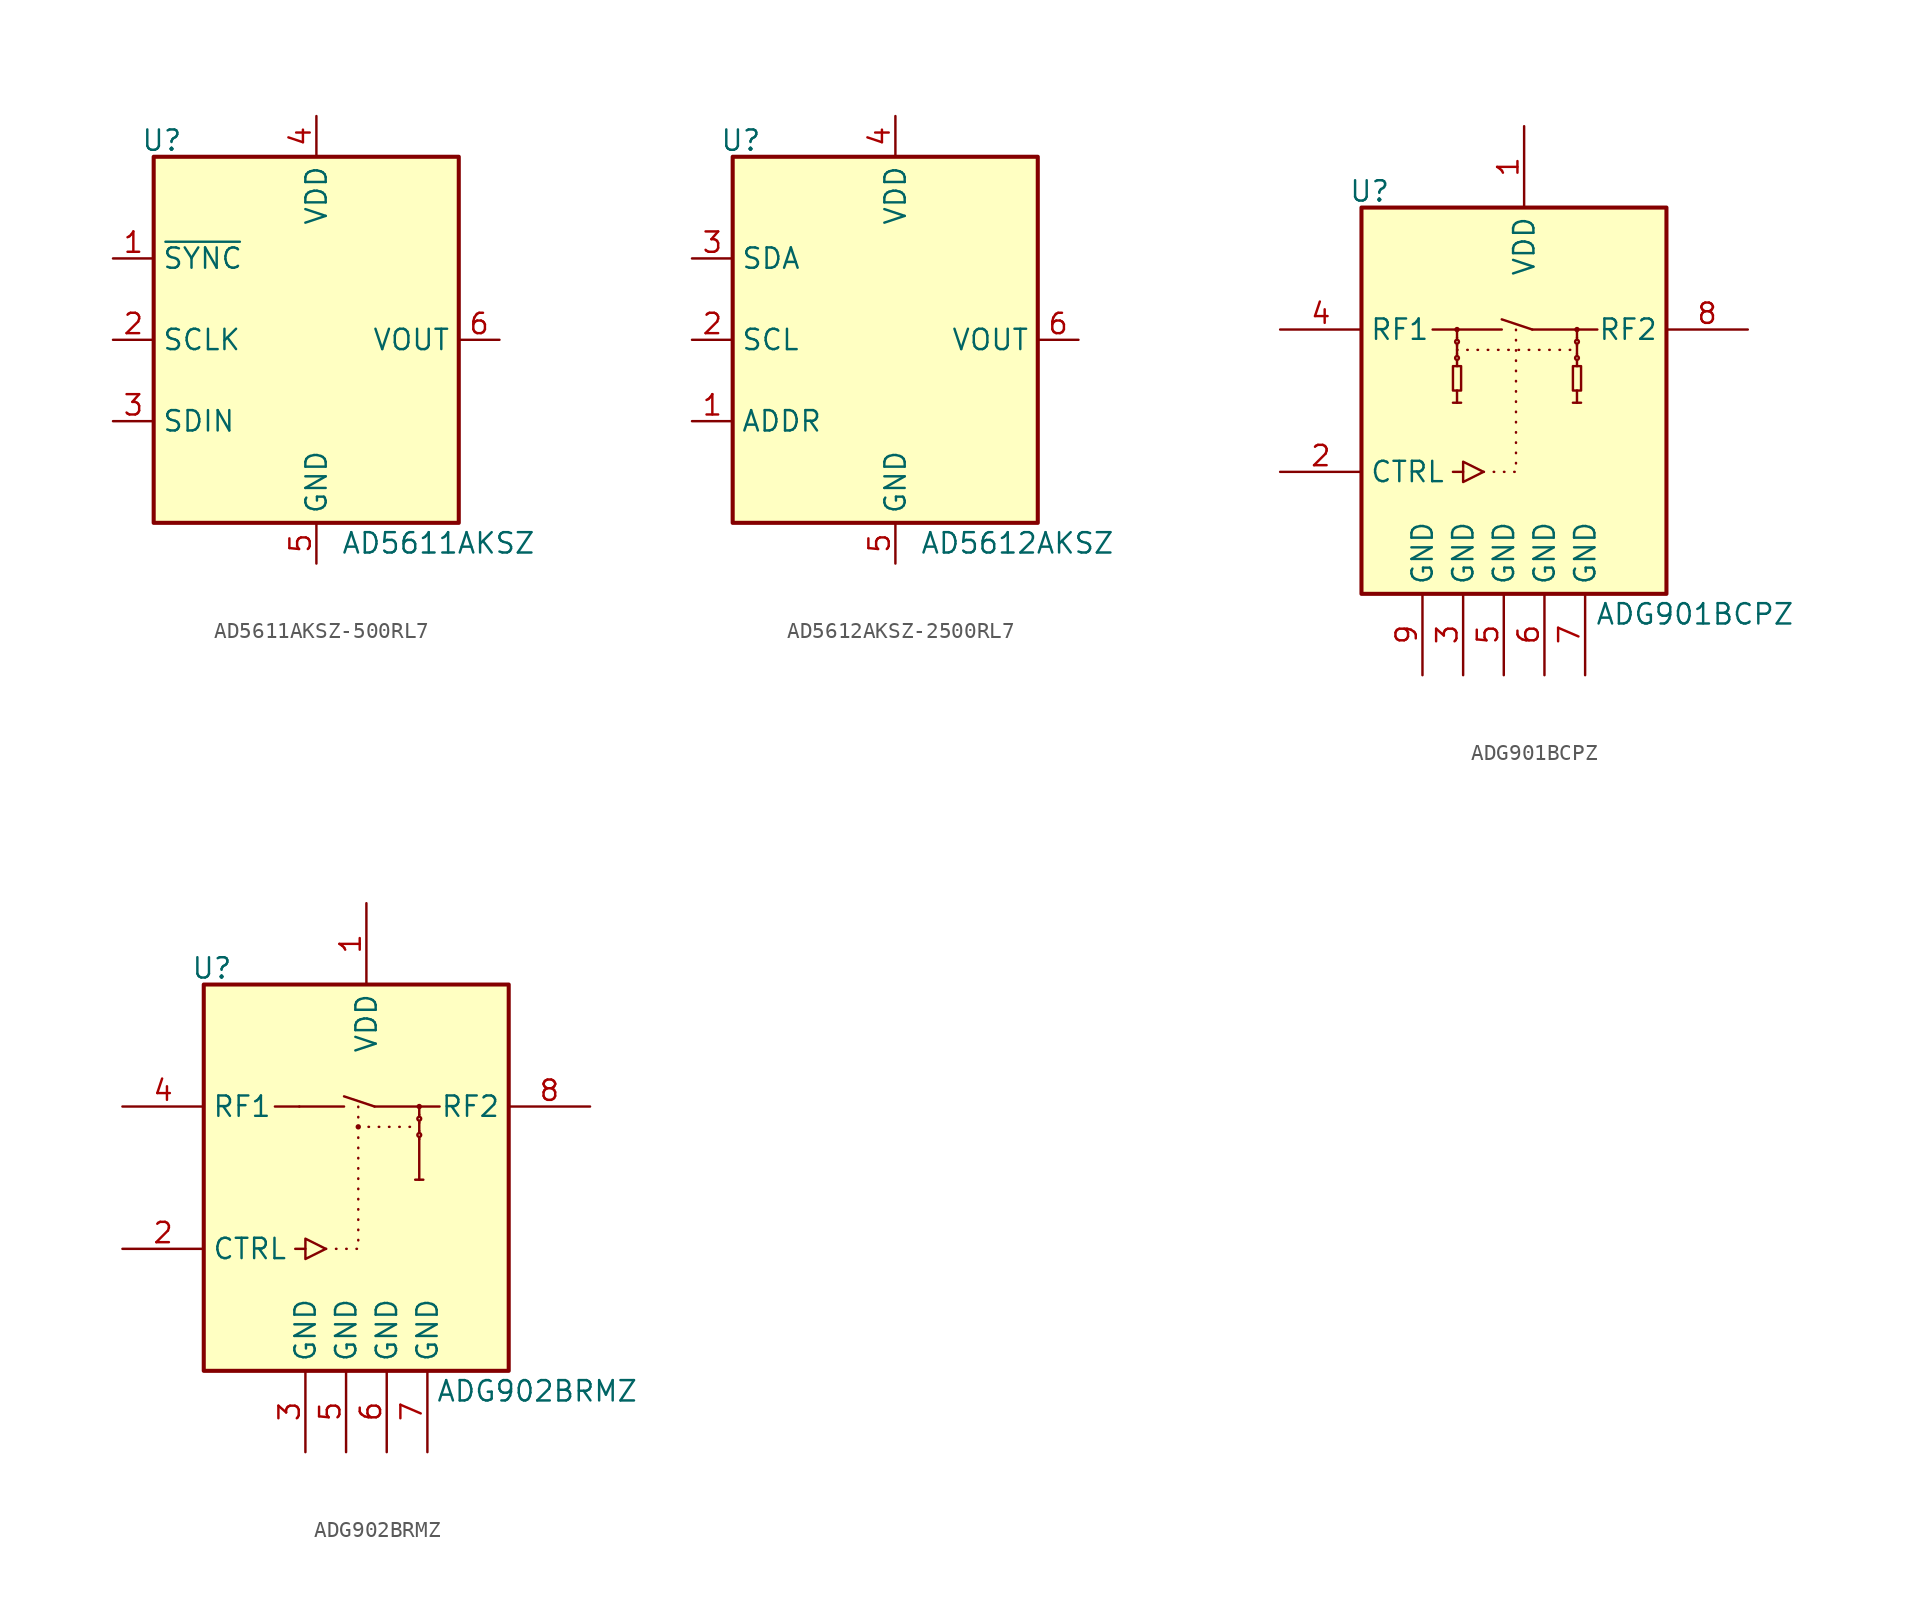
<source format=kicad_sym>
(kicad_symbol_lib
  (version 20241209)
  (generator "kicad_symbol_editor")
  (generator_version "9.0")
  (symbol "AD5611AKSZ-500RL7"
    (property "Reference" "U"
      (at -9.652 12.446 0)
      (effects (font (size 1.27 1.27))))
    (property "Value" "AD5611AKSZ"
      (at 7.62 -12.7 0)
      (effects (font (size 1.27 1.27))))
    (symbol "AD5611AKSZ-500RL7_1_1"
      (rectangle (start -10.16 11.43) (end 8.89 -11.43) (stroke (width 0.254) (type solid)) (fill (type background)))
      (pin input line (at -12.7 5.08 0) (length 2.54) (name "~{SYNC}" (effects (font (size 1.27 1.27)))) (number "1" (effects (font (size 1.27 1.27)))))
      (pin input line (at -12.7 0 0) (length 2.54) (name "SCLK" (effects (font (size 1.27 1.27)))) (number "2" (effects (font (size 1.27 1.27)))))
      (pin input line (at -12.7 -5.08 0) (length 2.54) (name "SDIN" (effects (font (size 1.27 1.27)))) (number "3" (effects (font (size 1.27 1.27)))))
      (pin power_in line (at 0 13.97 270) (length 2.54) (name "VDD" (effects (font (size 1.27 1.27)))) (number "4" (effects (font (size 1.27 1.27)))))
      (pin power_in line (at 0 -13.97 90) (length 2.54) (name "GND" (effects (font (size 1.27 1.27)))) (number "5" (effects (font (size 1.27 1.27)))))
      (pin output line (at 11.43 0 180) (length 2.54) (name "VOUT" (effects (font (size 1.27 1.27)))) (number "6" (effects (font (size 1.27 1.27)))))))
  (symbol "AD5612AKSZ-2500RL7"
    (property "Reference" "U"
      (at -9.652 12.446 0)
      (effects (font (size 1.27 1.27))))
    (property "Value" "AD5612AKSZ"
      (at 7.62 -12.7 0)
      (effects (font (size 1.27 1.27))))
    (symbol "AD5612AKSZ-2500RL7_1_1"
      (rectangle (start -10.16 11.43) (end 8.89 -11.43) (stroke (width 0.254) (type solid)) (fill (type background)))
      (pin input line (at -12.7 5.08 0) (length 2.54) (name "SDA" (effects (font (size 1.27 1.27)))) (number "3" (effects (font (size 1.27 1.27)))))
      (pin input line (at -12.7 0 0) (length 2.54) (name "SCL" (effects (font (size 1.27 1.27)))) (number "2" (effects (font (size 1.27 1.27)))))
      (pin input line (at -12.7 -5.08 0) (length 2.54) (name "ADDR" (effects (font (size 1.27 1.27)))) (number "1" (effects (font (size 1.27 1.27)))))
      (pin power_in line (at 0 13.97 270) (length 2.54) (name "VDD" (effects (font (size 1.27 1.27)))) (number "4" (effects (font (size 1.27 1.27)))))
      (pin power_in line (at 0 -13.97 90) (length 2.54) (name "GND" (effects (font (size 1.27 1.27)))) (number "5" (effects (font (size 1.27 1.27)))))
      (pin output line (at 11.43 0 180) (length 2.54) (name "VOUT" (effects (font (size 1.27 1.27)))) (number "6" (effects (font (size 1.27 1.27)))))))
  (symbol "ADG901BCPZ"
    (property "Reference" "U"
      (at -9.652 12.446 0)
      (effects (font (size 1.27 1.27))))
    (property "Value" "ADG901BCPZ"
      (at 10.668 -13.97 0)
      (effects (font (size 1.27 1.27))))
    (symbol "ADG901BCPZ_0_1"
      (rectangle (start -4.445 1.524) (end -3.937 0) (stroke (width 0) (type default)) (fill (type none)))
      (polyline (pts (xy -4.445 -0.762) (xy -3.937 -0.762)) (stroke (width 0) (type default)) (fill (type none)))
      (polyline (pts (xy -4.191 0) (xy -4.191 -0.762)) (stroke (width 0) (type default)) (fill (type none)))
      (rectangle (start 3.048 1.524) (end 3.556 0) (stroke (width 0) (type default)) (fill (type none)))
      (polyline (pts (xy 3.048 -0.762) (xy 3.556 -0.762)) (stroke (width 0) (type default)) (fill (type none)))
      (polyline (pts (xy 3.302 0) (xy 3.302 -0.762)) (stroke (width 0) (type default)) (fill (type none))))
    (symbol "ADG901BCPZ_1_0"
      (pin passive line (at -15.24 3.81 0) (length 5.08) (name "RF1" (effects (font (size 1.27 1.27)))) (number "4" (effects (font (size 1.27 1.27)))))
      (pin passive line (at -15.24 -5.08 0) (length 5.08) (name "CTRL" (effects (font (size 1.27 1.27)))) (number "2" (effects (font (size 1.27 1.27)))))
      (pin power_in line (at -6.35 -17.78 90) (length 5.08) (name "GND" (effects (font (size 1.27 1.27)))) (number "9" (effects (font (size 1.27 1.27)))))
      (pin power_in line (at -3.81 -17.78 90) (length 5.08) (name "GND" (effects (font (size 1.27 1.27)))) (number "3" (effects (font (size 1.27 1.27)))))
      (pin power_in line (at -1.27 -17.78 90) (length 5.08) (name "GND" (effects (font (size 1.27 1.27)))) (number "5" (effects (font (size 1.27 1.27)))))
      (pin power_in line (at 0 16.51 270) (length 5.08) (name "VDD" (effects (font (size 1.27 1.27)))) (number "1" (effects (font (size 1.27 1.27)))))
      (pin power_in line (at 1.27 -17.78 90) (length 5.08) (name "GND" (effects (font (size 1.27 1.27)))) (number "6" (effects (font (size 1.27 1.27)))))
      (pin power_in line (at 3.81 -17.78 90) (length 5.08) (name "GND" (effects (font (size 1.27 1.27)))) (number "7" (effects (font (size 1.27 1.27)))))
      (pin passive line (at 13.97 3.81 180) (length 5.08) (name "RF2" (effects (font (size 1.27 1.27)))) (number "8" (effects (font (size 1.27 1.27))))))
    (symbol "ADG901BCPZ_1_1"
      (rectangle (start -10.16 11.43) (end 8.89 -12.7) (stroke (width 0.254) (type solid)) (fill (type background)))
      (circle (center -4.191 3.81) (radius 0.093) (stroke (width 0) (type solid)) (fill (type outline)))
      (polyline (pts (xy -4.191 3.81) (xy -1.397 3.81)) (stroke (width 0) (type default)) (fill (type none)))
      (polyline (pts (xy -4.191 3.81) (xy -5.461 3.81) (xy -5.715 3.81)) (stroke (width 0) (type default)) (fill (type none)))
      (polyline (pts (xy -4.191 3.302) (xy -4.192 3.191)) (stroke (width 0) (type default)) (fill (type none)))
      (polyline (pts (xy -4.191 3.302) (xy -4.191 3.81)) (stroke (width 0) (type default)) (fill (type none)))
      (circle (center -4.191 3.048) (radius 0.119) (stroke (width 0) (type solid)) (fill (type none)))
      (polyline (pts (xy -4.191 2.794) (xy -4.192 2.892)) (stroke (width 0) (type default)) (fill (type none)))
      (polyline (pts (xy -4.191 2.54) (xy 3.302 2.54)) (stroke (width 0) (type dot)) (fill (type none)))
      (polyline (pts (xy -4.191 2.286) (xy -4.192 2.172)) (stroke (width 0) (type default)) (fill (type none)))
      (polyline (pts (xy -4.191 2.286) (xy -4.191 2.794)) (stroke (width 0) (type default)) (fill (type none)))
      (circle (center -4.191 2.032) (radius 0.119) (stroke (width 0) (type solid)) (fill (type none)))
      (polyline (pts (xy -4.191 1.524) (xy -4.191 1.854)) (stroke (width 0) (type default)) (fill (type none)))
      (polyline (pts (xy -3.81 -4.445) (xy -3.81 -5.715) (xy -2.54 -5.08) (xy -3.81 -4.445)) (stroke (width 0) (type default)) (fill (type none)))
      (polyline (pts (xy -3.81 -5.08) (xy -4.445 -5.08)) (stroke (width 0) (type default)) (fill (type none)))
      (polyline (pts (xy -2.54 -5.08) (xy -0.508 -5.08) (xy -0.508 4.064)) (stroke (width 0) (type dot)) (fill (type none)))
      (polyline (pts (xy -1.397 4.445) (xy 0.508 3.81)) (stroke (width 0) (type default)) (fill (type none)))
      (polyline (pts (xy 0.508 3.81) (xy 4.572 3.81)) (stroke (width 0) (type default)) (fill (type none)))
      (circle (center 3.302 3.81) (radius 0.093) (stroke (width 0) (type solid)) (fill (type outline)))
      (polyline (pts (xy 3.302 3.302) (xy 3.301 3.191)) (stroke (width 0) (type default)) (fill (type none)))
      (polyline (pts (xy 3.302 3.302) (xy 3.302 3.81)) (stroke (width 0) (type default)) (fill (type none)))
      (circle (center 3.302 3.048) (radius 0.119) (stroke (width 0) (type solid)) (fill (type none)))
      (polyline (pts (xy 3.302 2.794) (xy 3.301 2.892)) (stroke (width 0) (type default)) (fill (type none)))
      (polyline (pts (xy 3.302 2.286) (xy 3.301 2.172)) (stroke (width 0) (type default)) (fill (type none)))
      (polyline (pts (xy 3.302 2.286) (xy 3.302 2.794)) (stroke (width 0) (type default)) (fill (type none)))
      (circle (center 3.302 2.032) (radius 0.119) (stroke (width 0) (type solid)) (fill (type none)))
      (polyline (pts (xy 3.302 1.524) (xy 3.302 1.854)) (stroke (width 0) (type default)) (fill (type none)))))
  (symbol "ADG902BRMZ"
    (property "Reference" "U"
      (at -9.652 12.446 0)
      (effects (font (size 1.27 1.27))))
    (property "Value" "ADG902BRMZ"
      (at 10.668 -13.97 0)
      (effects (font (size 1.27 1.27))))
    (symbol "ADG902BRMZ_0_1"
      (polyline (pts (xy 3.048 -0.762) (xy 3.556 -0.762)) (stroke (width 0) (type default)) (fill (type none)))
      (polyline (pts (xy 3.302 1.778) (xy 3.302 -0.762)) (stroke (width 0) (type default)) (fill (type none))))
    (symbol "ADG902BRMZ_1_0"
      (pin passive line (at -15.24 3.81 0) (length 5.08) (name "RF1" (effects (font (size 1.27 1.27)))) (number "4" (effects (font (size 1.27 1.27)))))
      (pin passive line (at -15.24 -5.08 0) (length 5.08) (name "CTRL" (effects (font (size 1.27 1.27)))) (number "2" (effects (font (size 1.27 1.27)))))
      (pin power_in line (at -3.81 -17.78 90) (length 5.08) (name "GND" (effects (font (size 1.27 1.27)))) (number "3" (effects (font (size 1.27 1.27)))))
      (pin power_in line (at -1.27 -17.78 90) (length 5.08) (name "GND" (effects (font (size 1.27 1.27)))) (number "5" (effects (font (size 1.27 1.27)))))
      (pin power_in line (at 0 16.51 270) (length 5.08) (name "VDD" (effects (font (size 1.27 1.27)))) (number "1" (effects (font (size 1.27 1.27)))))
      (pin power_in line (at 1.27 -17.78 90) (length 5.08) (name "GND" (effects (font (size 1.27 1.27)))) (number "6" (effects (font (size 1.27 1.27)))))
      (pin power_in line (at 3.81 -17.78 90) (length 5.08) (name "GND" (effects (font (size 1.27 1.27)))) (number "7" (effects (font (size 1.27 1.27)))))
      (pin passive line (at 13.97 3.81 180) (length 5.08) (name "RF2" (effects (font (size 1.27 1.27)))) (number "8" (effects (font (size 1.27 1.27))))))
    (symbol "ADG902BRMZ_1_1"
      (rectangle (start -10.16 11.43) (end 8.89 -12.7) (stroke (width 0.254) (type solid)) (fill (type background)))
      (polyline (pts (xy -4.191 3.81) (xy -1.397 3.81)) (stroke (width 0) (type default)) (fill (type none)))
      (polyline (pts (xy -4.191 3.81) (xy -5.461 3.81) (xy -5.715 3.81)) (stroke (width 0) (type default)) (fill (type none)))
      (polyline (pts (xy -3.81 -4.445) (xy -3.81 -5.715) (xy -2.54 -5.08) (xy -3.81 -4.445)) (stroke (width 0) (type default)) (fill (type none)))
      (polyline (pts (xy -3.81 -5.08) (xy -4.445 -5.08)) (stroke (width 0) (type default)) (fill (type none)))
      (polyline (pts (xy -2.54 -5.08) (xy -0.508 -5.08) (xy -0.508 4.064)) (stroke (width 0) (type dot)) (fill (type none)))
      (polyline (pts (xy -1.397 4.445) (xy 0.508 3.81)) (stroke (width 0) (type default)) (fill (type none)))
      (circle (center -0.508 2.54) (radius 0.093) (stroke (width 0) (type solid)) (fill (type outline)))
      (polyline (pts (xy -0.508 2.54) (xy 3.302 2.54)) (stroke (width 0) (type dot)) (fill (type none)))
      (polyline (pts (xy 0.508 3.81) (xy 4.572 3.81)) (stroke (width 0) (type default)) (fill (type none)))
      (circle (center 3.302 3.81) (radius 0.093) (stroke (width 0) (type solid)) (fill (type outline)))
      (polyline (pts (xy 3.302 3.302) (xy 3.301 3.191)) (stroke (width 0) (type default)) (fill (type none)))
      (polyline (pts (xy 3.302 3.302) (xy 3.302 3.81)) (stroke (width 0) (type default)) (fill (type none)))
      (circle (center 3.302 3.048) (radius 0.119) (stroke (width 0) (type solid)) (fill (type none)))
      (polyline (pts (xy 3.302 2.794) (xy 3.301 2.892)) (stroke (width 0) (type default)) (fill (type none)))
      (polyline (pts (xy 3.302 2.286) (xy 3.301 2.172)) (stroke (width 0) (type default)) (fill (type none)))
      (polyline (pts (xy 3.302 2.286) (xy 3.302 2.794)) (stroke (width 0) (type default)) (fill (type none)))
      (circle (center 3.302 2.032) (radius 0.119) (stroke (width 0) (type solid)) (fill (type none)))
      (polyline (pts (xy 3.302 1.778) (xy 3.301 1.868)) (stroke (width 0) (type default)) (fill (type none))))))
</source>
